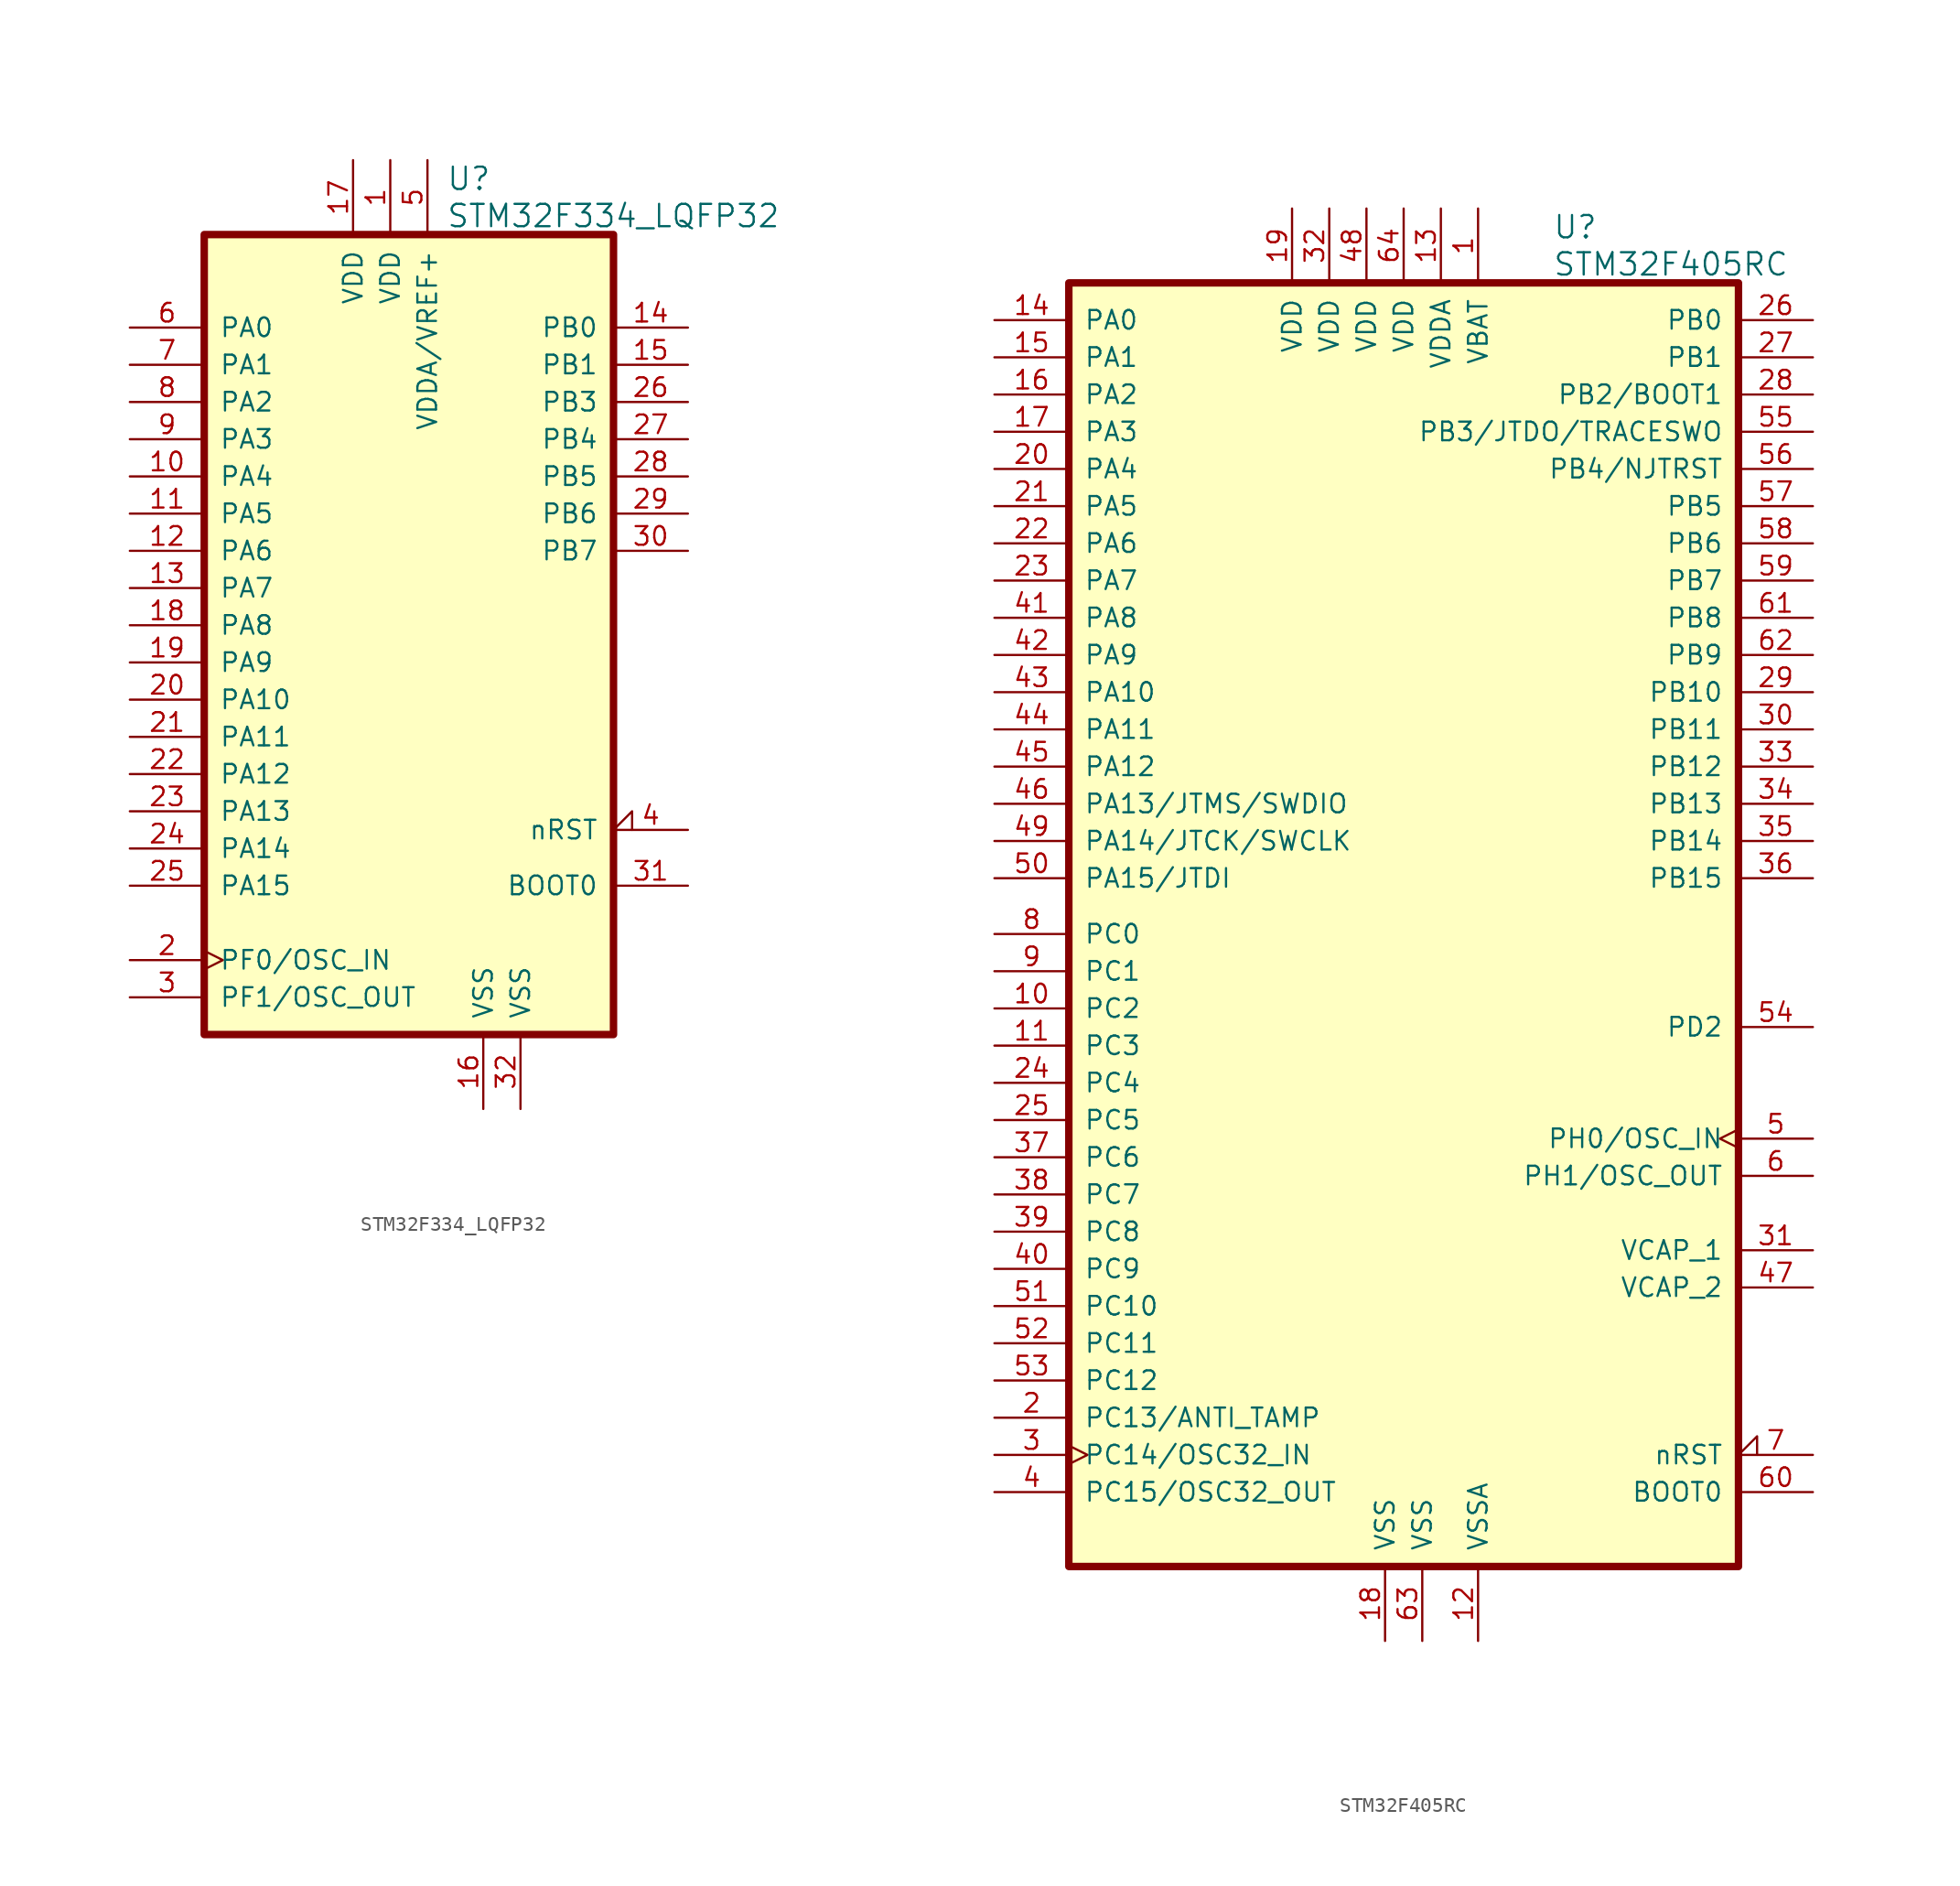
<source format=kicad_sym>
(kicad_symbol_lib
  (version 20220126)
  (generator kicad_symbol_editor)
  (symbol "STM32F334_LQFP32"
    (pin_names
      (offset 1.016))
    (property "Reference" "U"
      (at 3.81 31.75 0)
      (effects (font (size 1.524 1.524)) (justify left)))
    (property "Value" "STM32F334_LQFP32"
      (at 3.81 29.21 0)
      (effects (font (size 1.524 1.524)) (justify left)))
    (symbol "STM32F334_LQFP32_0_0"
      (rectangle (start -12.7 27.94) (end 15.24 -26.67) (stroke (width 0.508) (type default)) (fill (type background))))
    (symbol "STM32F334_LQFP32_1_1"
      (pin power_in line (at 0 33.02 270) (length 5.08) (name "VDD" (effects (font (size 1.27 1.27)))) (number "1" (effects (font (size 1.27 1.27)))))
      (pin bidirectional line (at -17.78 11.43 0) (length 5.08) (name "PA4" (effects (font (size 1.27 1.27)))) (number "10" (effects (font (size 1.27 1.27)))))
      (pin bidirectional line (at -17.78 8.89 0) (length 5.08) (name "PA5" (effects (font (size 1.27 1.27)))) (number "11" (effects (font (size 1.27 1.27)))))
      (pin bidirectional line (at -17.78 6.35 0) (length 5.08) (name "PA6" (effects (font (size 1.27 1.27)))) (number "12" (effects (font (size 1.27 1.27)))))
      (pin bidirectional line (at -17.78 3.81 0) (length 5.08) (name "PA7" (effects (font (size 1.27 1.27)))) (number "13" (effects (font (size 1.27 1.27)))))
      (pin bidirectional line (at 20.32 21.59 180) (length 5.08) (name "PB0" (effects (font (size 1.27 1.27)))) (number "14" (effects (font (size 1.27 1.27)))))
      (pin bidirectional line (at 20.32 19.05 180) (length 5.08) (name "PB1" (effects (font (size 1.27 1.27)))) (number "15" (effects (font (size 1.27 1.27)))))
      (pin power_in line (at 6.35 -31.75 90) (length 5.08) (name "VSS" (effects (font (size 1.27 1.27)))) (number "16" (effects (font (size 1.27 1.27)))))
      (pin power_in line (at -2.54 33.02 270) (length 5.08) (name "VDD" (effects (font (size 1.27 1.27)))) (number "17" (effects (font (size 1.27 1.27)))))
      (pin bidirectional line (at -17.78 1.27 0) (length 5.08) (name "PA8" (effects (font (size 1.27 1.27)))) (number "18" (effects (font (size 1.27 1.27)))))
      (pin bidirectional line (at -17.78 -1.27 0) (length 5.08) (name "PA9" (effects (font (size 1.27 1.27)))) (number "19" (effects (font (size 1.27 1.27)))))
      (pin input clock (at -17.78 -21.59 0) (length 5.08) (name "PF0/OSC_IN" (effects (font (size 1.27 1.27)))) (number "2" (effects (font (size 1.27 1.27)))))
      (pin bidirectional line (at -17.78 -3.81 0) (length 5.08) (name "PA10" (effects (font (size 1.27 1.27)))) (number "20" (effects (font (size 1.27 1.27)))))
      (pin bidirectional line (at -17.78 -6.35 0) (length 5.08) (name "PA11" (effects (font (size 1.27 1.27)))) (number "21" (effects (font (size 1.27 1.27)))))
      (pin bidirectional line (at -17.78 -8.89 0) (length 5.08) (name "PA12" (effects (font (size 1.27 1.27)))) (number "22" (effects (font (size 1.27 1.27)))))
      (pin bidirectional line (at -17.78 -11.43 0) (length 5.08) (name "PA13" (effects (font (size 1.27 1.27)))) (number "23" (effects (font (size 1.27 1.27)))))
      (pin bidirectional line (at -17.78 -13.97 0) (length 5.08) (name "PA14" (effects (font (size 1.27 1.27)))) (number "24" (effects (font (size 1.27 1.27)))))
      (pin bidirectional line (at -17.78 -16.51 0) (length 5.08) (name "PA15" (effects (font (size 1.27 1.27)))) (number "25" (effects (font (size 1.27 1.27)))))
      (pin bidirectional line (at 20.32 16.51 180) (length 5.08) (name "PB3" (effects (font (size 1.27 1.27)))) (number "26" (effects (font (size 1.27 1.27)))))
      (pin bidirectional line (at 20.32 13.97 180) (length 5.08) (name "PB4" (effects (font (size 1.27 1.27)))) (number "27" (effects (font (size 1.27 1.27)))))
      (pin bidirectional line (at 20.32 11.43 180) (length 5.08) (name "PB5" (effects (font (size 1.27 1.27)))) (number "28" (effects (font (size 1.27 1.27)))))
      (pin bidirectional line (at 20.32 8.89 180) (length 5.08) (name "PB6" (effects (font (size 1.27 1.27)))) (number "29" (effects (font (size 1.27 1.27)))))
      (pin output line (at -17.78 -24.13 0) (length 5.08) (name "PF1/OSC_OUT" (effects (font (size 1.27 1.27)))) (number "3" (effects (font (size 1.27 1.27)))))
      (pin bidirectional line (at 20.32 6.35 180) (length 5.08) (name "PB7" (effects (font (size 1.27 1.27)))) (number "30" (effects (font (size 1.27 1.27)))))
      (pin input line (at 20.32 -16.51 180) (length 5.08) (name "BOOT0" (effects (font (size 1.27 1.27)))) (number "31" (effects (font (size 1.27 1.27)))))
      (pin power_in line (at 8.89 -31.75 90) (length 5.08) (name "VSS" (effects (font (size 1.27 1.27)))) (number "32" (effects (font (size 1.27 1.27)))))
      (pin input input_low (at 20.32 -12.7 180) (length 5.08) (name "nRST" (effects (font (size 1.27 1.27)))) (number "4" (effects (font (size 1.27 1.27)))))
      (pin power_in line (at 2.54 33.02 270) (length 5.08) (name "VDDA/VREF+" (effects (font (size 1.27 1.27)))) (number "5" (effects (font (size 1.27 1.27)))))
      (pin bidirectional line (at -17.78 21.59 0) (length 5.08) (name "PA0" (effects (font (size 1.27 1.27)))) (number "6" (effects (font (size 1.27 1.27)))))
      (pin bidirectional line (at -17.78 19.05 0) (length 5.08) (name "PA1" (effects (font (size 1.27 1.27)))) (number "7" (effects (font (size 1.27 1.27)))))
      (pin bidirectional line (at -17.78 16.51 0) (length 5.08) (name "PA2" (effects (font (size 1.27 1.27)))) (number "8" (effects (font (size 1.27 1.27)))))
      (pin bidirectional line (at -17.78 13.97 0) (length 5.08) (name "PA3" (effects (font (size 1.27 1.27)))) (number "9" (effects (font (size 1.27 1.27)))))))
  (symbol "STM32F405RC"
    (pin_names
      (offset 1.016))
    (property "Reference" "U"
      (at 10.16 44.45 0)
      (effects (font (size 1.524 1.524)) (justify left)))
    (property "Value" "STM32F405RC"
      (at 10.16 41.91 0)
      (effects (font (size 1.524 1.524)) (justify left)))
    (symbol "STM32F405RC_0_0"
      (rectangle (start -22.86 40.64) (end 22.86 -46.99) (stroke (width 0.508) (type default)) (fill (type background))))
    (symbol "STM32F405RC_1_1"
      (pin power_in line (at 5.08 45.72 270) (length 5.08) (name "VBAT" (effects (font (size 1.27 1.27)))) (number "1" (effects (font (size 1.27 1.27)))))
      (pin bidirectional line (at -27.94 -8.89 0) (length 5.08) (name "PC2" (effects (font (size 1.27 1.27)))) (number "10" (effects (font (size 1.27 1.27)))))
      (pin bidirectional line (at -27.94 -11.43 0) (length 5.08) (name "PC3" (effects (font (size 1.27 1.27)))) (number "11" (effects (font (size 1.27 1.27)))))
      (pin power_in line (at 5.08 -52.07 90) (length 5.08) (name "VSSA" (effects (font (size 1.27 1.27)))) (number "12" (effects (font (size 1.27 1.27)))))
      (pin power_in line (at 2.54 45.72 270) (length 5.08) (name "VDDA" (effects (font (size 1.27 1.27)))) (number "13" (effects (font (size 1.27 1.27)))))
      (pin bidirectional line (at -27.94 38.1 0) (length 5.08) (name "PA0" (effects (font (size 1.27 1.27)))) (number "14" (effects (font (size 1.27 1.27)))))
      (pin bidirectional line (at -27.94 35.56 0) (length 5.08) (name "PA1" (effects (font (size 1.27 1.27)))) (number "15" (effects (font (size 1.27 1.27)))))
      (pin bidirectional line (at -27.94 33.02 0) (length 5.08) (name "PA2" (effects (font (size 1.27 1.27)))) (number "16" (effects (font (size 1.27 1.27)))))
      (pin bidirectional line (at -27.94 30.48 0) (length 5.08) (name "PA3" (effects (font (size 1.27 1.27)))) (number "17" (effects (font (size 1.27 1.27)))))
      (pin power_in line (at -1.27 -52.07 90) (length 5.08) (name "VSS" (effects (font (size 1.27 1.27)))) (number "18" (effects (font (size 1.27 1.27)))))
      (pin power_in line (at -7.62 45.72 270) (length 5.08) (name "VDD" (effects (font (size 1.27 1.27)))) (number "19" (effects (font (size 1.27 1.27)))))
      (pin bidirectional line (at -27.94 -36.83 0) (length 5.08) (name "PC13/ANTI_TAMP" (effects (font (size 1.27 1.27)))) (number "2" (effects (font (size 1.27 1.27)))))
      (pin bidirectional line (at -27.94 27.94 0) (length 5.08) (name "PA4" (effects (font (size 1.27 1.27)))) (number "20" (effects (font (size 1.27 1.27)))))
      (pin bidirectional line (at -27.94 25.4 0) (length 5.08) (name "PA5" (effects (font (size 1.27 1.27)))) (number "21" (effects (font (size 1.27 1.27)))))
      (pin bidirectional line (at -27.94 22.86 0) (length 5.08) (name "PA6" (effects (font (size 1.27 1.27)))) (number "22" (effects (font (size 1.27 1.27)))))
      (pin bidirectional line (at -27.94 20.32 0) (length 5.08) (name "PA7" (effects (font (size 1.27 1.27)))) (number "23" (effects (font (size 1.27 1.27)))))
      (pin bidirectional line (at -27.94 -13.97 0) (length 5.08) (name "PC4" (effects (font (size 1.27 1.27)))) (number "24" (effects (font (size 1.27 1.27)))))
      (pin bidirectional line (at -27.94 -16.51 0) (length 5.08) (name "PC5" (effects (font (size 1.27 1.27)))) (number "25" (effects (font (size 1.27 1.27)))))
      (pin bidirectional line (at 27.94 38.1 180) (length 5.08) (name "PB0" (effects (font (size 1.27 1.27)))) (number "26" (effects (font (size 1.27 1.27)))))
      (pin bidirectional line (at 27.94 35.56 180) (length 5.08) (name "PB1" (effects (font (size 1.27 1.27)))) (number "27" (effects (font (size 1.27 1.27)))))
      (pin bidirectional line (at 27.94 33.02 180) (length 5.08) (name "PB2/BOOT1" (effects (font (size 1.27 1.27)))) (number "28" (effects (font (size 1.27 1.27)))))
      (pin bidirectional line (at 27.94 12.7 180) (length 5.08) (name "PB10" (effects (font (size 1.27 1.27)))) (number "29" (effects (font (size 1.27 1.27)))))
      (pin bidirectional clock (at -27.94 -39.37 0) (length 5.08) (name "PC14/OSC32_IN" (effects (font (size 1.27 1.27)))) (number "3" (effects (font (size 1.27 1.27)))))
      (pin bidirectional line (at 27.94 10.16 180) (length 5.08) (name "PB11" (effects (font (size 1.27 1.27)))) (number "30" (effects (font (size 1.27 1.27)))))
      (pin power_in line (at 27.94 -25.4 180) (length 5.08) (name "VCAP_1" (effects (font (size 1.27 1.27)))) (number "31" (effects (font (size 1.27 1.27)))))
      (pin power_in line (at -5.08 45.72 270) (length 5.08) (name "VDD" (effects (font (size 1.27 1.27)))) (number "32" (effects (font (size 1.27 1.27)))))
      (pin bidirectional line (at 27.94 7.62 180) (length 5.08) (name "PB12" (effects (font (size 1.27 1.27)))) (number "33" (effects (font (size 1.27 1.27)))))
      (pin bidirectional line (at 27.94 5.08 180) (length 5.08) (name "PB13" (effects (font (size 1.27 1.27)))) (number "34" (effects (font (size 1.27 1.27)))))
      (pin bidirectional line (at 27.94 2.54 180) (length 5.08) (name "PB14" (effects (font (size 1.27 1.27)))) (number "35" (effects (font (size 1.27 1.27)))))
      (pin bidirectional line (at 27.94 0 180) (length 5.08) (name "PB15" (effects (font (size 1.27 1.27)))) (number "36" (effects (font (size 1.27 1.27)))))
      (pin bidirectional line (at -27.94 -19.05 0) (length 5.08) (name "PC6" (effects (font (size 1.27 1.27)))) (number "37" (effects (font (size 1.27 1.27)))))
      (pin bidirectional line (at -27.94 -21.59 0) (length 5.08) (name "PC7" (effects (font (size 1.27 1.27)))) (number "38" (effects (font (size 1.27 1.27)))))
      (pin bidirectional line (at -27.94 -24.13 0) (length 5.08) (name "PC8" (effects (font (size 1.27 1.27)))) (number "39" (effects (font (size 1.27 1.27)))))
      (pin bidirectional line (at -27.94 -41.91 0) (length 5.08) (name "PC15/OSC32_OUT" (effects (font (size 1.27 1.27)))) (number "4" (effects (font (size 1.27 1.27)))))
      (pin bidirectional line (at -27.94 -26.67 0) (length 5.08) (name "PC9" (effects (font (size 1.27 1.27)))) (number "40" (effects (font (size 1.27 1.27)))))
      (pin bidirectional line (at -27.94 17.78 0) (length 5.08) (name "PA8" (effects (font (size 1.27 1.27)))) (number "41" (effects (font (size 1.27 1.27)))))
      (pin bidirectional line (at -27.94 15.24 0) (length 5.08) (name "PA9" (effects (font (size 1.27 1.27)))) (number "42" (effects (font (size 1.27 1.27)))))
      (pin bidirectional line (at -27.94 12.7 0) (length 5.08) (name "PA10" (effects (font (size 1.27 1.27)))) (number "43" (effects (font (size 1.27 1.27)))))
      (pin bidirectional line (at -27.94 10.16 0) (length 5.08) (name "PA11" (effects (font (size 1.27 1.27)))) (number "44" (effects (font (size 1.27 1.27)))))
      (pin bidirectional line (at -27.94 7.62 0) (length 5.08) (name "PA12" (effects (font (size 1.27 1.27)))) (number "45" (effects (font (size 1.27 1.27)))))
      (pin bidirectional line (at -27.94 5.08 0) (length 5.08) (name "PA13/JTMS/SWDIO" (effects (font (size 1.27 1.27)))) (number "46" (effects (font (size 1.27 1.27)))))
      (pin power_in line (at 27.94 -27.94 180) (length 5.08) (name "VCAP_2" (effects (font (size 1.27 1.27)))) (number "47" (effects (font (size 1.27 1.27)))))
      (pin power_in line (at -2.54 45.72 270) (length 5.08) (name "VDD" (effects (font (size 1.27 1.27)))) (number "48" (effects (font (size 1.27 1.27)))))
      (pin bidirectional line (at -27.94 2.54 0) (length 5.08) (name "PA14/JTCK/SWCLK" (effects (font (size 1.27 1.27)))) (number "49" (effects (font (size 1.27 1.27)))))
      (pin input clock (at 27.94 -17.78 180) (length 5.08) (name "PH0/OSC_IN" (effects (font (size 1.27 1.27)))) (number "5" (effects (font (size 1.27 1.27)))))
      (pin bidirectional line (at -27.94 0 0) (length 5.08) (name "PA15/JTDI" (effects (font (size 1.27 1.27)))) (number "50" (effects (font (size 1.27 1.27)))))
      (pin bidirectional line (at -27.94 -29.21 0) (length 5.08) (name "PC10" (effects (font (size 1.27 1.27)))) (number "51" (effects (font (size 1.27 1.27)))))
      (pin bidirectional line (at -27.94 -31.75 0) (length 5.08) (name "PC11" (effects (font (size 1.27 1.27)))) (number "52" (effects (font (size 1.27 1.27)))))
      (pin input line (at -27.94 -34.29 0) (length 5.08) (name "PC12" (effects (font (size 1.27 1.27)))) (number "53" (effects (font (size 1.27 1.27)))))
      (pin input line (at 27.94 -10.16 180) (length 5.08) (name "PD2" (effects (font (size 1.27 1.27)))) (number "54" (effects (font (size 1.27 1.27)))))
      (pin bidirectional line (at 27.94 30.48 180) (length 5.08) (name "PB3/JTDO/TRACESWO" (effects (font (size 1.27 1.27)))) (number "55" (effects (font (size 1.27 1.27)))))
      (pin bidirectional line (at 27.94 27.94 180) (length 5.08) (name "PB4/NJTRST" (effects (font (size 1.27 1.27)))) (number "56" (effects (font (size 1.27 1.27)))))
      (pin bidirectional line (at 27.94 25.4 180) (length 5.08) (name "PB5" (effects (font (size 1.27 1.27)))) (number "57" (effects (font (size 1.27 1.27)))))
      (pin bidirectional line (at 27.94 22.86 180) (length 5.08) (name "PB6" (effects (font (size 1.27 1.27)))) (number "58" (effects (font (size 1.27 1.27)))))
      (pin bidirectional line (at 27.94 20.32 180) (length 5.08) (name "PB7" (effects (font (size 1.27 1.27)))) (number "59" (effects (font (size 1.27 1.27)))))
      (pin output line (at 27.94 -20.32 180) (length 5.08) (name "PH1/OSC_OUT" (effects (font (size 1.27 1.27)))) (number "6" (effects (font (size 1.27 1.27)))))
      (pin input line (at 27.94 -41.91 180) (length 5.08) (name "BOOT0" (effects (font (size 1.27 1.27)))) (number "60" (effects (font (size 1.27 1.27)))))
      (pin bidirectional line (at 27.94 17.78 180) (length 5.08) (name "PB8" (effects (font (size 1.27 1.27)))) (number "61" (effects (font (size 1.27 1.27)))))
      (pin bidirectional line (at 27.94 15.24 180) (length 5.08) (name "PB9" (effects (font (size 1.27 1.27)))) (number "62" (effects (font (size 1.27 1.27)))))
      (pin power_in line (at 1.27 -52.07 90) (length 5.08) (name "VSS" (effects (font (size 1.27 1.27)))) (number "63" (effects (font (size 1.27 1.27)))))
      (pin power_in line (at 0 45.72 270) (length 5.08) (name "VDD" (effects (font (size 1.27 1.27)))) (number "64" (effects (font (size 1.27 1.27)))))
      (pin input input_low (at 27.94 -39.37 180) (length 5.08) (name "nRST" (effects (font (size 1.27 1.27)))) (number "7" (effects (font (size 1.27 1.27)))))
      (pin bidirectional line (at -27.94 -3.81 0) (length 5.08) (name "PC0" (effects (font (size 1.27 1.27)))) (number "8" (effects (font (size 1.27 1.27)))))
      (pin bidirectional line (at -27.94 -6.35 0) (length 5.08) (name "PC1" (effects (font (size 1.27 1.27)))) (number "9" (effects (font (size 1.27 1.27))))))))
</source>
